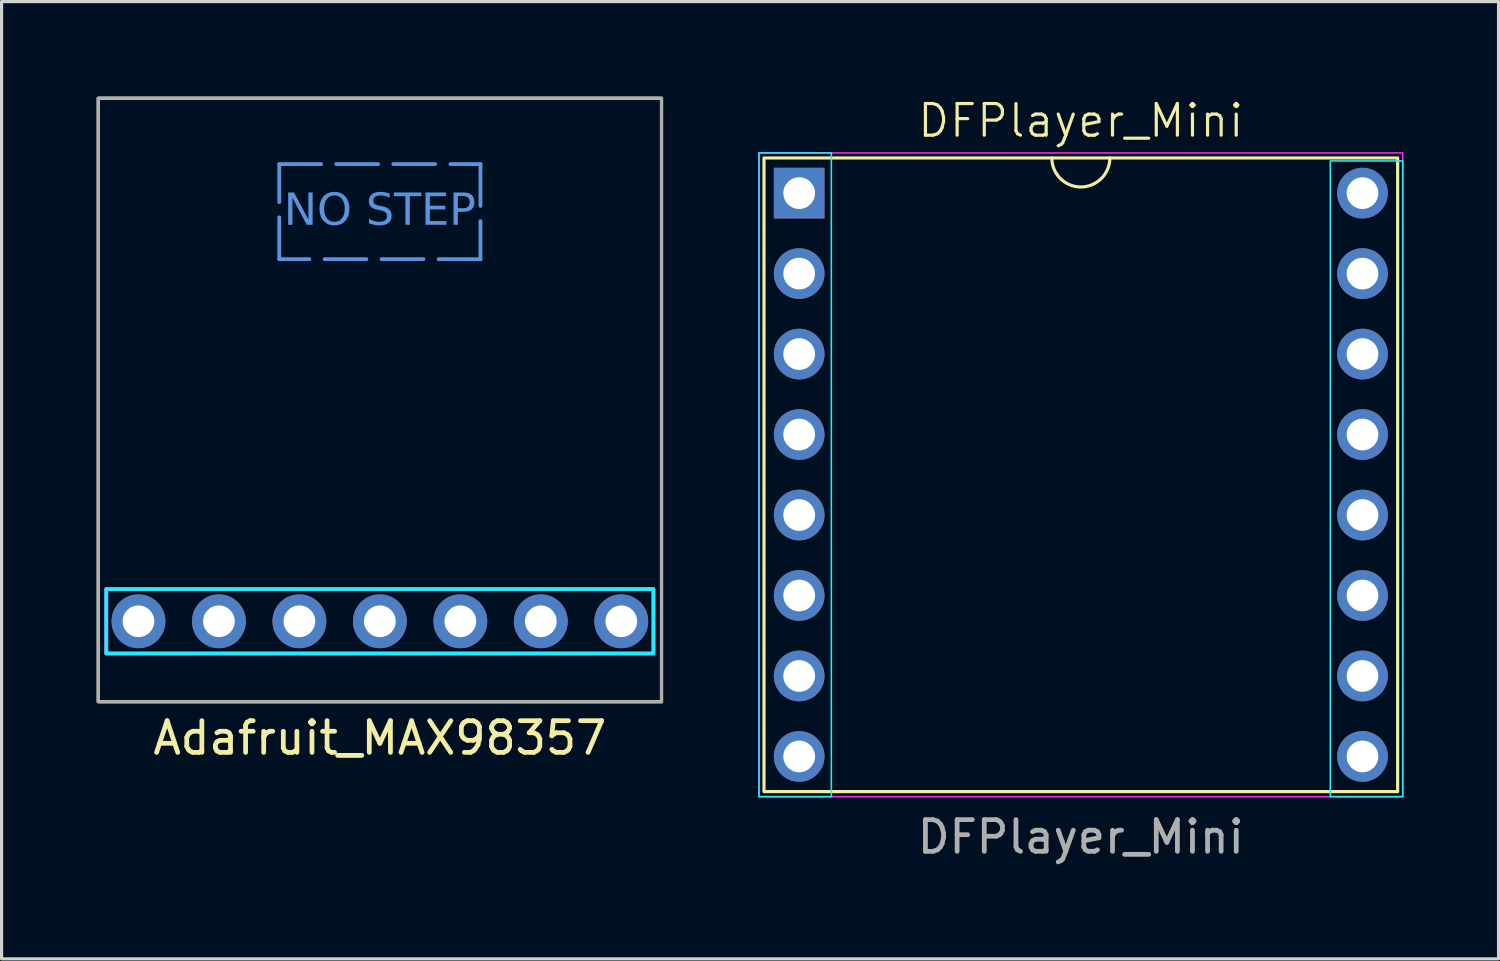
<source format=kicad_pcb>
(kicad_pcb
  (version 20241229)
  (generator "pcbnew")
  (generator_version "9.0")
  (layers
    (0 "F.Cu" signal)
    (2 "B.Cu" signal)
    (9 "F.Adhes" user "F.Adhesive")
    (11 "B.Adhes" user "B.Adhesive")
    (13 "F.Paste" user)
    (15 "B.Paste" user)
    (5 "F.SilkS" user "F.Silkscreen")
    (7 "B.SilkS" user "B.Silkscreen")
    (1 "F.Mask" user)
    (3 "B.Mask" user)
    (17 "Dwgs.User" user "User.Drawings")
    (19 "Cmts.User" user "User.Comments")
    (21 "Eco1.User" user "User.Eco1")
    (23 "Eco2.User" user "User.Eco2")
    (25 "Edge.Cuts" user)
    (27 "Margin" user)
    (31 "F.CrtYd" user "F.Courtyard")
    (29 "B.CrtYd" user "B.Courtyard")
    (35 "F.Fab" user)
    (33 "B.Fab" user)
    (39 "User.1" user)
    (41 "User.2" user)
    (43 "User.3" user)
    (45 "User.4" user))
  (footprint "Adafruit_MAX98357"
    (layer "F.Cu")
    (at 1.32 16.56)
    (property "Reference" "Adafruit_MAX98357" (at 7.62 3.683 0) (unlocked yes) (layer "F.SilkS") (effects (font (size 1 1) (thickness 0.15))))
    (attr through_hole)
    (fp_rect (start -1.27 -16.51) (end 16.51 2.54) (stroke (width 0.1) (type solid)) (fill no) (layer "F.SilkS"))
    (fp_rect (start 4.445 -14.43) (end 10.795 -11.43) (stroke (width 0.12) (type dash)) (fill no) (layer "Cmts.User"))
    (fp_rect (start -1.016 -1.016) (end 16.256 1.016) (stroke (width 0.12) (type default)) (fill no) (layer "B.CrtYd"))
    (fp_rect (start -1.016 -1.016) (end 16.256 1.016) (stroke (width 0.12) (type default)) (fill no) (layer "F.CrtYd"))
    (fp_rect (start -1.27 -16.51) (end 16.51 2.54) (stroke (width 0.1) (type default)) (fill no) (layer "F.Fab"))
    (fp_text user "NO STEP" (at 7.62 -12.93 0) (unlocked yes) (layer "Cmts.User") (effects (font (face "Stencil Gothic") (size 1 1) (thickness 0.15))))
    (pad "1" thru_hole circle (at 0 0) (size 1.7 1.7) (drill 1) (layers "*.Cu" "*.Mask"))
    (pad "2" thru_hole circle (at 2.54 0) (size 1.7 1.7) (drill 1) (layers "*.Cu" "*.Mask"))
    (pad "3" thru_hole circle (at 5.08 0) (size 1.7 1.7) (drill 1) (layers "*.Cu" "*.Mask"))
    (pad "4" thru_hole circle (at 7.62 0) (size 1.7 1.7) (drill 1) (layers "*.Cu" "*.Mask"))
    (pad "5" thru_hole circle (at 10.16 0) (size 1.7 1.7) (drill 1) (layers "*.Cu" "*.Mask"))
    (pad "6" thru_hole circle (at 12.7 0) (size 1.7 1.7) (drill 1) (layers "*.Cu" "*.Mask"))
    (pad "7" thru_hole circle (at 15.24 0) (size 1.7 1.7) (drill 1) (layers "*.Cu" "*.Mask")))
  (footprint "DFPlayer_Mini"
    (layer "F.Cu")
    (at 22.175 3.046)
    (property "Reference" "DFPlayer_Mini" (at 8.89 -2.286 0) (unlocked yes) (layer "F.SilkS") (effects (font (size 1 1) (thickness 0.1))))
    (attr through_hole)
    (fp_rect (start -1.11 -1.11) (end 18.89 18.89) (stroke (width 0.1) (type default)) (fill no) (layer "F.SilkS"))
    (fp_arc (start 9.80581 -1.11) (mid 8.89 -0.19419) (end 7.97419 -1.11) (stroke (width 0.1) (type default)) (layer "F.SilkS"))
    (fp_rect (start -1.27 -1.27) (end 1.016 19.05) (stroke (width 0.05) (type default)) (fill no) (layer "B.CrtYd"))
    (fp_rect (start 19.05 -1.016) (end 16.764 19.05) (stroke (width 0.05) (type default)) (fill no) (layer "B.CrtYd"))
    (fp_rect (start -1.27 -1.27) (end 19.05 19.05) (stroke (width 0.05) (type default)) (fill no) (layer "F.CrtYd"))
    (fp_text user "${REFERENCE}" (at 8.89 20.32 0) (unlocked yes) (layer "F.Fab") (effects (font (size 1 1) (thickness 0.15))))
    (pad "1" thru_hole rect (at 0 0) (size 1.6 1.6) (drill 1) (layers "*.Cu" "*.Mask"))
    (pad "2" thru_hole circle (at 0 2.54) (size 1.6 1.6) (drill 1) (layers "*.Cu" "*.Mask"))
    (pad "3" thru_hole circle (at 0 5.08) (size 1.6 1.6) (drill 1) (layers "*.Cu" "*.Mask"))
    (pad "4" thru_hole circle (at 0 7.62) (size 1.6 1.6) (drill 1) (layers "*.Cu" "*.Mask"))
    (pad "5" thru_hole circle (at 0 10.16) (size 1.6 1.6) (drill 1) (layers "*.Cu" "*.Mask"))
    (pad "6" thru_hole circle (at 0 12.7) (size 1.6 1.6) (drill 1) (layers "*.Cu" "*.Mask"))
    (pad "7" thru_hole circle (at 0 15.24) (size 1.6 1.6) (drill 1) (layers "*.Cu" "*.Mask"))
    (pad "8" thru_hole circle (at 0 17.78) (size 1.6 1.6) (drill 1) (layers "*.Cu" "*.Mask"))
    (pad "9" thru_hole circle (at 17.78 17.78) (size 1.6 1.6) (drill 1) (layers "*.Cu" "*.Mask"))
    (pad "10" thru_hole circle (at 17.78 15.24) (size 1.6 1.6) (drill 1) (layers "*.Cu" "*.Mask"))
    (pad "11" thru_hole circle (at 17.78 12.7) (size 1.6 1.6) (drill 1) (layers "*.Cu" "*.Mask"))
    (pad "12" thru_hole circle (at 17.78 10.16) (size 1.6 1.6) (drill 1) (layers "*.Cu" "*.Mask"))
    (pad "13" thru_hole circle (at 17.78 7.62) (size 1.6 1.6) (drill 1) (layers "*.Cu" "*.Mask"))
    (pad "14" thru_hole circle (at 17.78 5.08) (size 1.6 1.6) (drill 1) (layers "*.Cu" "*.Mask"))
    (pad "15" thru_hole circle (at 17.78 2.54) (size 1.6 1.6) (drill 1) (layers "*.Cu" "*.Mask"))
    (pad "16" thru_hole circle (at 17.78 0) (size 1.6 1.6) (drill 1) (layers "*.Cu" "*.Mask")))
  (gr_rect
    (start -3 -3)
    (end 44.25 27.215)
    (stroke (width 0.1) (type default))
    (fill no)
    (layer "Edge.Cuts")))
</source>
